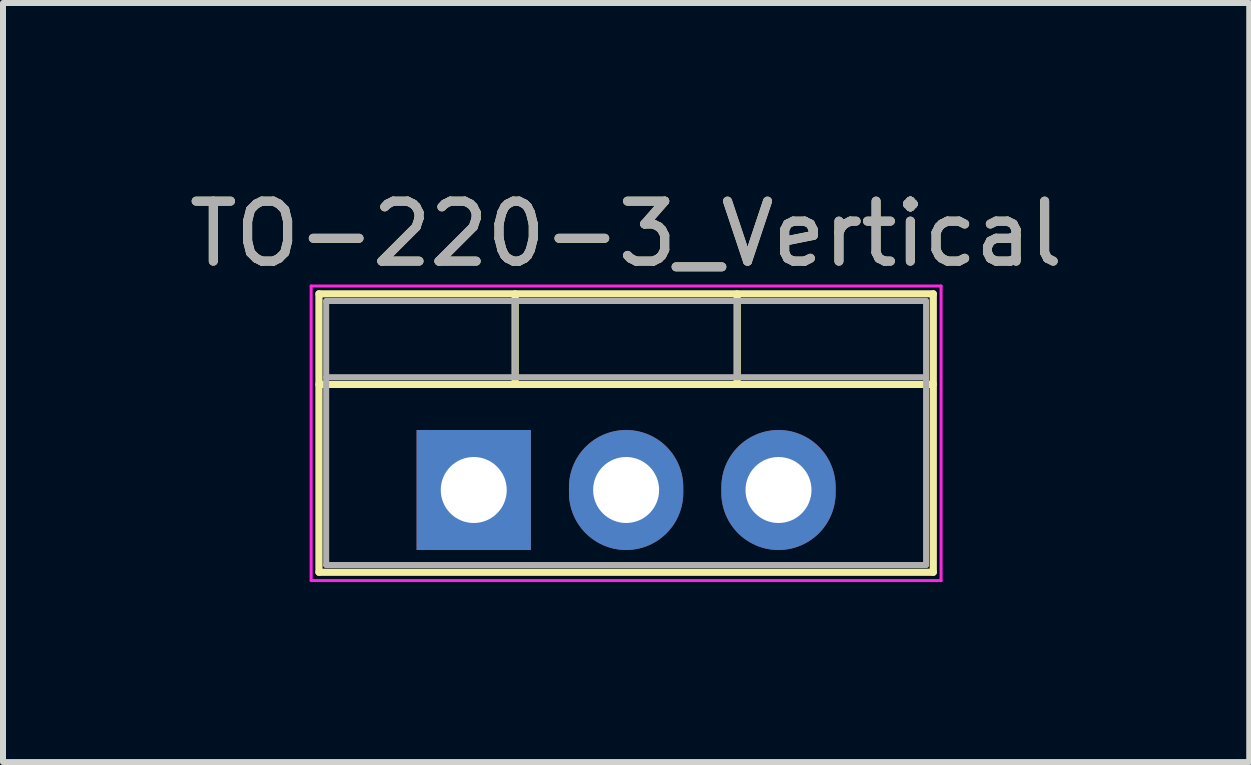
<source format=kicad_pcb>
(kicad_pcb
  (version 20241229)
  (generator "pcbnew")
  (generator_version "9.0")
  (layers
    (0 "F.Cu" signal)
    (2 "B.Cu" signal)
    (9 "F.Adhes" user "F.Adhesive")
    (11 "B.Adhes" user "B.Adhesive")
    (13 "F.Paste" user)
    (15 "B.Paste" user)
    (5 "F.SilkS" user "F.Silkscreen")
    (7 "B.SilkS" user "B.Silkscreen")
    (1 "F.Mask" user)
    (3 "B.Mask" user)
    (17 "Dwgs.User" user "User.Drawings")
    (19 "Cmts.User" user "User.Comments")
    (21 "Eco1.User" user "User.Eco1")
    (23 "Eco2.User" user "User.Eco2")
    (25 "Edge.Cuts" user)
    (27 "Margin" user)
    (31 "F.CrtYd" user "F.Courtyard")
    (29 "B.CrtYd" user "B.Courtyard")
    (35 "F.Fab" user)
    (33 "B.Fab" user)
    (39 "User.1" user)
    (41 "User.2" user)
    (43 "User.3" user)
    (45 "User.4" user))
  (footprint "TO-220-3_Vertical"
    (layer "F.Cu")
    (at 4.847 5.118)
    (property "Reference" "TO-220-3_Vertical" (at 2.54 -4.27 0) (layer "F.SilkS") (effects (font (size 1 1) (thickness 0.15))))
    (attr through_hole)
    (fp_line (start -2.58 -3.27) (end -2.58 1.371) (stroke (width 0.12) (type solid)) (layer "F.SilkS"))
    (fp_line (start -2.58 -3.27) (end 7.66 -3.27) (stroke (width 0.12) (type solid)) (layer "F.SilkS"))
    (fp_line (start -2.58 -1.76) (end 7.66 -1.76) (stroke (width 0.12) (type solid)) (layer "F.SilkS"))
    (fp_line (start -2.58 1.371) (end 7.66 1.371) (stroke (width 0.12) (type solid)) (layer "F.SilkS"))
    (fp_line (start 0.69 -3.27) (end 0.69 -1.76) (stroke (width 0.12) (type solid)) (layer "F.SilkS"))
    (fp_line (start 4.391 -3.27) (end 4.391 -1.76) (stroke (width 0.12) (type solid)) (layer "F.SilkS"))
    (fp_line (start 7.66 -3.27) (end 7.66 1.371) (stroke (width 0.12) (type solid)) (layer "F.SilkS"))
    (fp_line (start -2.71 -3.4) (end -2.71 1.51) (stroke (width 0.05) (type solid)) (layer "F.CrtYd"))
    (fp_line (start -2.71 1.51) (end 7.79 1.51) (stroke (width 0.05) (type solid)) (layer "F.CrtYd"))
    (fp_line (start 7.79 -3.4) (end -2.71 -3.4) (stroke (width 0.05) (type solid)) (layer "F.CrtYd"))
    (fp_line (start 7.79 1.51) (end 7.79 -3.4) (stroke (width 0.05) (type solid)) (layer "F.CrtYd"))
    (fp_line (start -2.46 -3.15) (end -2.46 1.25) (stroke (width 0.1) (type solid)) (layer "F.Fab"))
    (fp_line (start -2.46 -1.88) (end 7.54 -1.88) (stroke (width 0.1) (type solid)) (layer "F.Fab"))
    (fp_line (start -2.46 1.25) (end 7.54 1.25) (stroke (width 0.1) (type solid)) (layer "F.Fab"))
    (fp_line (start 0.69 -3.15) (end 0.69 -1.88) (stroke (width 0.1) (type solid)) (layer "F.Fab"))
    (fp_line (start 4.39 -3.15) (end 4.39 -1.88) (stroke (width 0.1) (type solid)) (layer "F.Fab"))
    (fp_line (start 7.54 -3.15) (end -2.46 -3.15) (stroke (width 0.1) (type solid)) (layer "F.Fab"))
    (fp_line (start 7.54 1.25) (end 7.54 -3.15) (stroke (width 0.1) (type solid)) (layer "F.Fab"))
    (fp_text user "${REFERENCE}" (at 2.54 -4.27 0) (layer "F.Fab") (effects (font (size 1 1) (thickness 0.15))))
    (pad "1" thru_hole rect (at 0 0) (size 1.905 2) (drill 1.1) (layers "*.Cu" "*.Mask"))
    (pad "2" thru_hole oval (at 2.54 0) (size 1.905 2) (drill 1.1) (layers "*.Cu" "*.Mask"))
    (pad "3" thru_hole oval (at 5.08 0) (size 1.905 2) (drill 1.1) (layers "*.Cu" "*.Mask")))
  (gr_rect
    (start -3 -3)
    (end 17.774 9.653)
    (stroke (width 0.1) (type default))
    (fill no)
    (layer "Edge.Cuts")))
</source>
